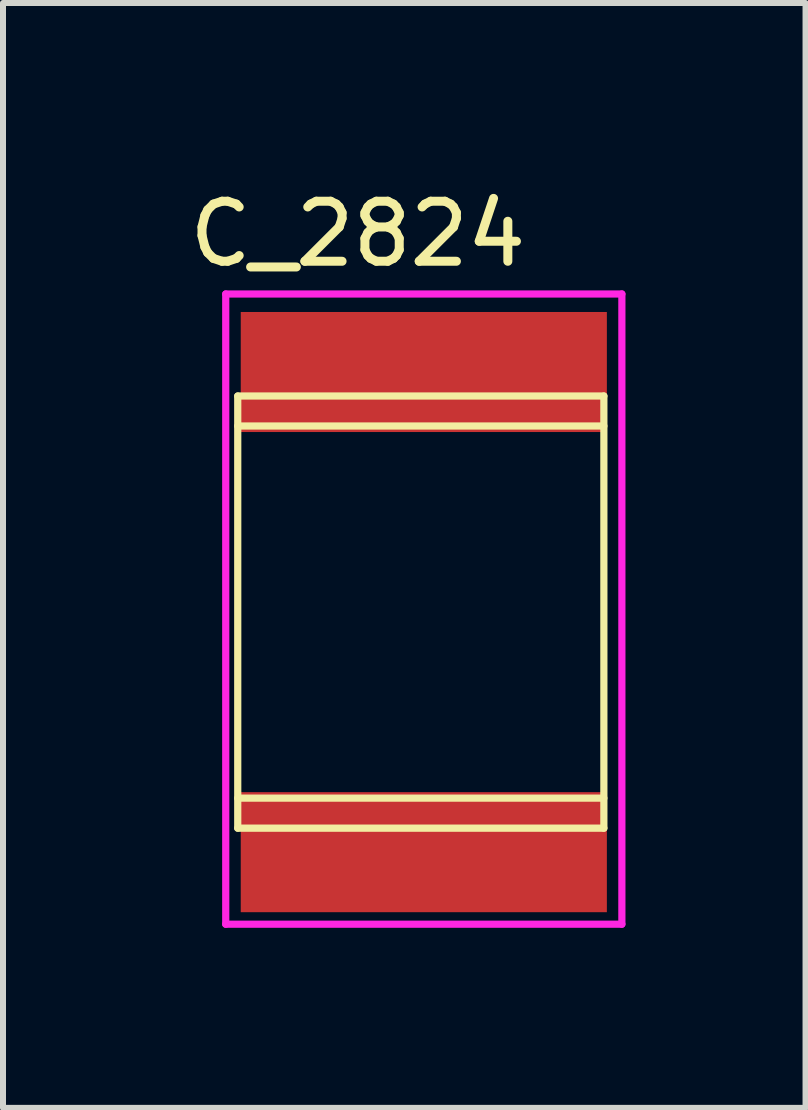
<source format=kicad_pcb>
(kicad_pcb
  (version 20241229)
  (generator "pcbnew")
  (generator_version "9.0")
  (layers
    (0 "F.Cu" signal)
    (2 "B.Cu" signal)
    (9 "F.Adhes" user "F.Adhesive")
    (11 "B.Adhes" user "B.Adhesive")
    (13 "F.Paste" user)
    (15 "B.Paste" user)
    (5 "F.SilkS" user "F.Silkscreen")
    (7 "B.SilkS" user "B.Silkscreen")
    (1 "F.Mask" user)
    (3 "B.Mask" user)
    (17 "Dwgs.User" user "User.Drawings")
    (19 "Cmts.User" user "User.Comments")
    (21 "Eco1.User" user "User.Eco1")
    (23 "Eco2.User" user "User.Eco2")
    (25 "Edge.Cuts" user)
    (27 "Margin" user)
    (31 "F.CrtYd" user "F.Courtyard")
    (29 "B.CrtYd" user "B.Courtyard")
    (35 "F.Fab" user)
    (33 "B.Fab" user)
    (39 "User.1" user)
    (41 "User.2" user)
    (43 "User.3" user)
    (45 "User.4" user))
  (footprint "C_2824"
    (layer "F.Cu")
    (at 4.111 7.148)
    (property "Reference" "C_2824" (at -1.2 -6.3 0) (layer "F.SilkS") (effects (font (size 1 1) (thickness 0.15))))
    (attr through_hole)
    (fp_line (start -3.2 -3.6) (end 2.9 -3.6) (stroke (width 0.12) (type solid)) (layer "F.SilkS"))
    (fp_line (start -3.2 -3.1) (end 2.9 -3.1) (stroke (width 0.12) (type solid)) (layer "F.SilkS"))
    (fp_line (start -3.2 3.1) (end 2.9 3.1) (stroke (width 0.12) (type solid)) (layer "F.SilkS"))
    (fp_line (start -3.2 3.6) (end -3.2 -3.6) (stroke (width 0.12) (type solid)) (layer "F.SilkS"))
    (fp_line (start 2.9 -3.6) (end 2.9 3.6) (stroke (width 0.12) (type solid)) (layer "F.SilkS"))
    (fp_line (start 2.9 3.6) (end -3.2 3.6) (stroke (width 0.12) (type solid)) (layer "F.SilkS"))
    (fp_line (start -3.4 -5.3) (end 3.2 -5.3) (stroke (width 0.12) (type solid)) (layer "F.CrtYd"))
    (fp_line (start -3.4 5.2) (end -3.4 -5.3) (stroke (width 0.12) (type solid)) (layer "F.CrtYd"))
    (fp_line (start 3.2 -5.3) (end 3.2 5.2) (stroke (width 0.12) (type solid)) (layer "F.CrtYd"))
    (fp_line (start 3.2 5.2) (end -3.4 5.2) (stroke (width 0.12) (type solid)) (layer "F.CrtYd"))
    (pad "1" smd rect (at -0.1 -4) (size 6.1 2) (layers "F.Cu" "F.Mask" "F.Paste"))
    (pad "1" smd rect (at -0.1 4) (size 6.1 2) (layers "F.Cu" "F.Mask" "F.Paste")))
  (gr_rect
    (start -3 -3)
    (end 10.371 15.408)
    (stroke (width 0.1) (type default))
    (fill no)
    (layer "Edge.Cuts")))
</source>
